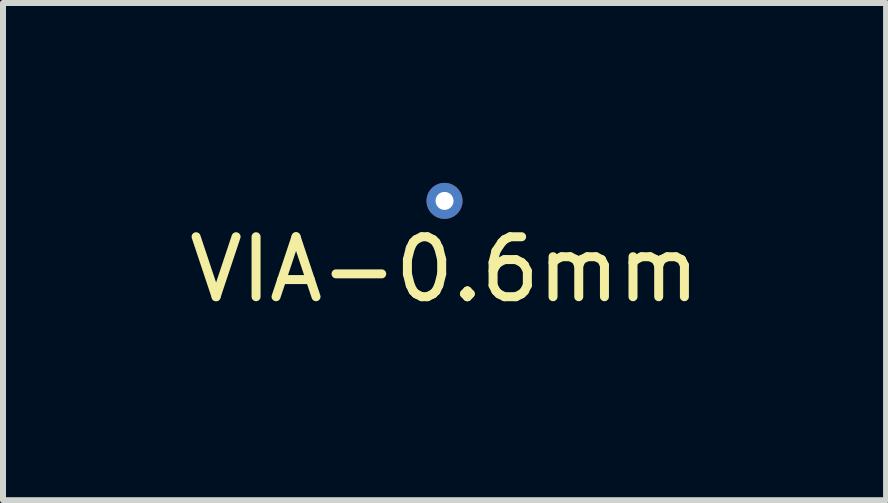
<source format=kicad_pcb>
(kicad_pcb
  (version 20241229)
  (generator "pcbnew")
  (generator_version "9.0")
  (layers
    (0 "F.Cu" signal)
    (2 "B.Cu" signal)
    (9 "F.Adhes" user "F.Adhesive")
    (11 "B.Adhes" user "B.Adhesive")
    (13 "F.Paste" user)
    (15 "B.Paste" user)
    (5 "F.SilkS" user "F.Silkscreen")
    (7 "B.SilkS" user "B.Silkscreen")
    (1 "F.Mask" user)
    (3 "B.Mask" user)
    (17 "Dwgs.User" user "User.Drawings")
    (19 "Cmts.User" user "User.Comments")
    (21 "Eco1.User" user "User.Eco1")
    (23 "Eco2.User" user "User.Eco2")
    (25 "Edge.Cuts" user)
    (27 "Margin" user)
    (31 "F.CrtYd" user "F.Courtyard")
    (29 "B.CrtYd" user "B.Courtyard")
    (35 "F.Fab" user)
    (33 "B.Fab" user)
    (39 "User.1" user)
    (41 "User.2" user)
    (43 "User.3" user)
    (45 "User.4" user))
  (footprint "VIA-0.6mm"
    (layer "F.Cu")
    (at 4.363 0.3)
    (property "Reference" "VIA-0.6mm" (at 0 1.143 0) (layer "F.SilkS") (effects (font (size 1 1) (thickness 0.15))))
    (attr through_hole)
    (pad "1" thru_hole circle (at 0 0) (size 0.6 0.6) (drill 0.3) (layers "*.Cu")))
  (gr_rect
    (start -3 -3)
    (end 11.726 5.291)
    (stroke (width 0.1) (type default))
    (fill no)
    (layer "Edge.Cuts")))
</source>
